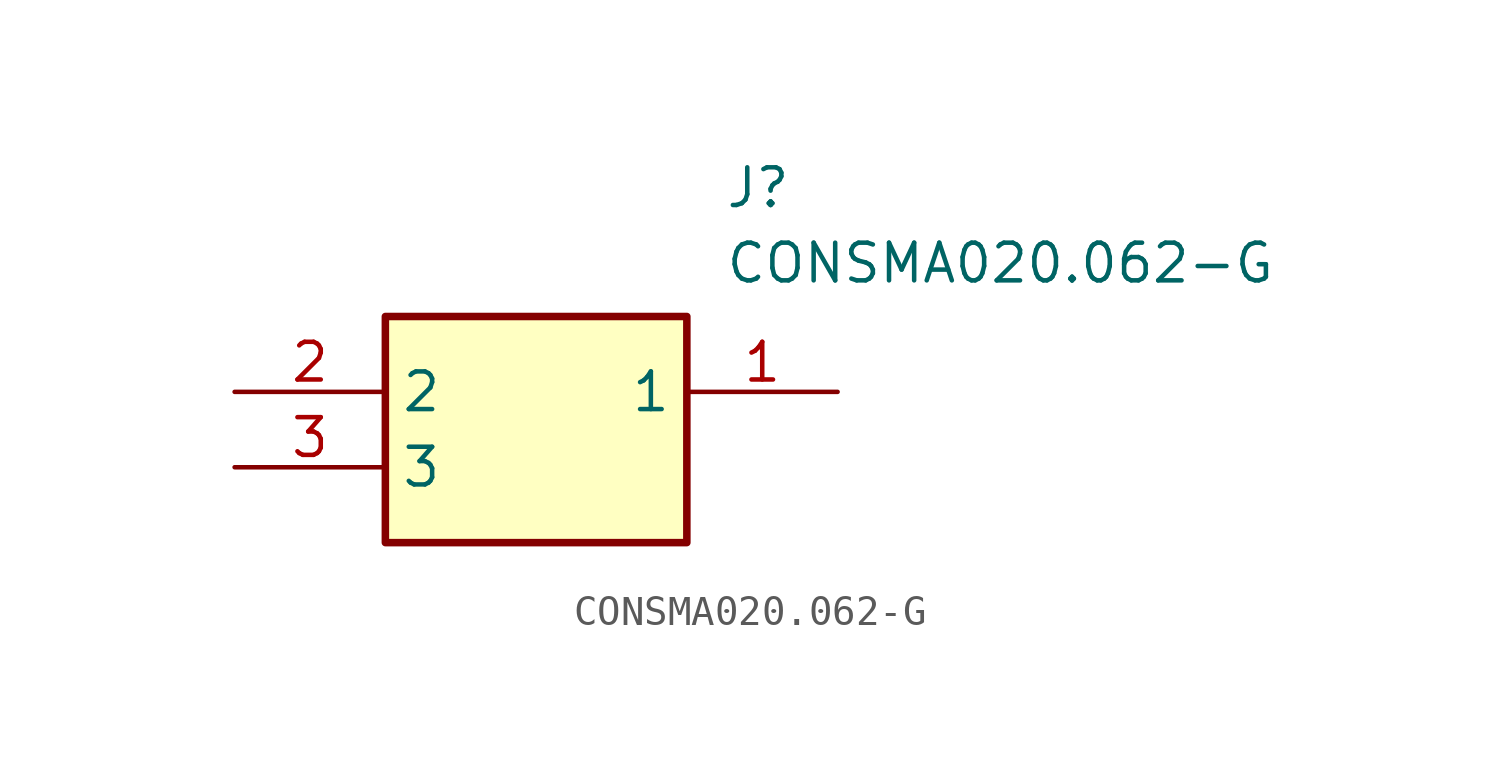
<source format=kicad_sym>
(kicad_symbol_lib
  (version 20211014)
  (generator SamacSys_ECAD_Model)
  (symbol "CONSMA020.062-G"
    (property "Reference" "J"
      (at 16.51 7.62 0)
      (effects (font (size 1.27 1.27)) (justify left top)))
    (property "Value" "CONSMA020.062-G"
      (at 16.51 5.08 0)
      (effects (font (size 1.27 1.27)) (justify left top)))
    (rectangle
      (start 5.08 2.54)
      (end 15.24 -5.08)
      (stroke (width 0.254) (type default))
      (fill (type background)))
    (pin passive line
      (at 20.32 0 180)
      (length 5.08)
      (name "1" (effects (font (size 1.27 1.27))))
      (number "1" (effects (font (size 1.27 1.27)))))
    (pin passive line
      (at 0 0 0)
      (length 5.08)
      (name "2" (effects (font (size 1.27 1.27))))
      (number "2" (effects (font (size 1.27 1.27)))))
    (pin passive line
      (at 0 -2.54 0)
      (length 5.08)
      (name "3" (effects (font (size 1.27 1.27))))
      (number "3" (effects (font (size 1.27 1.27)))))))
</source>
